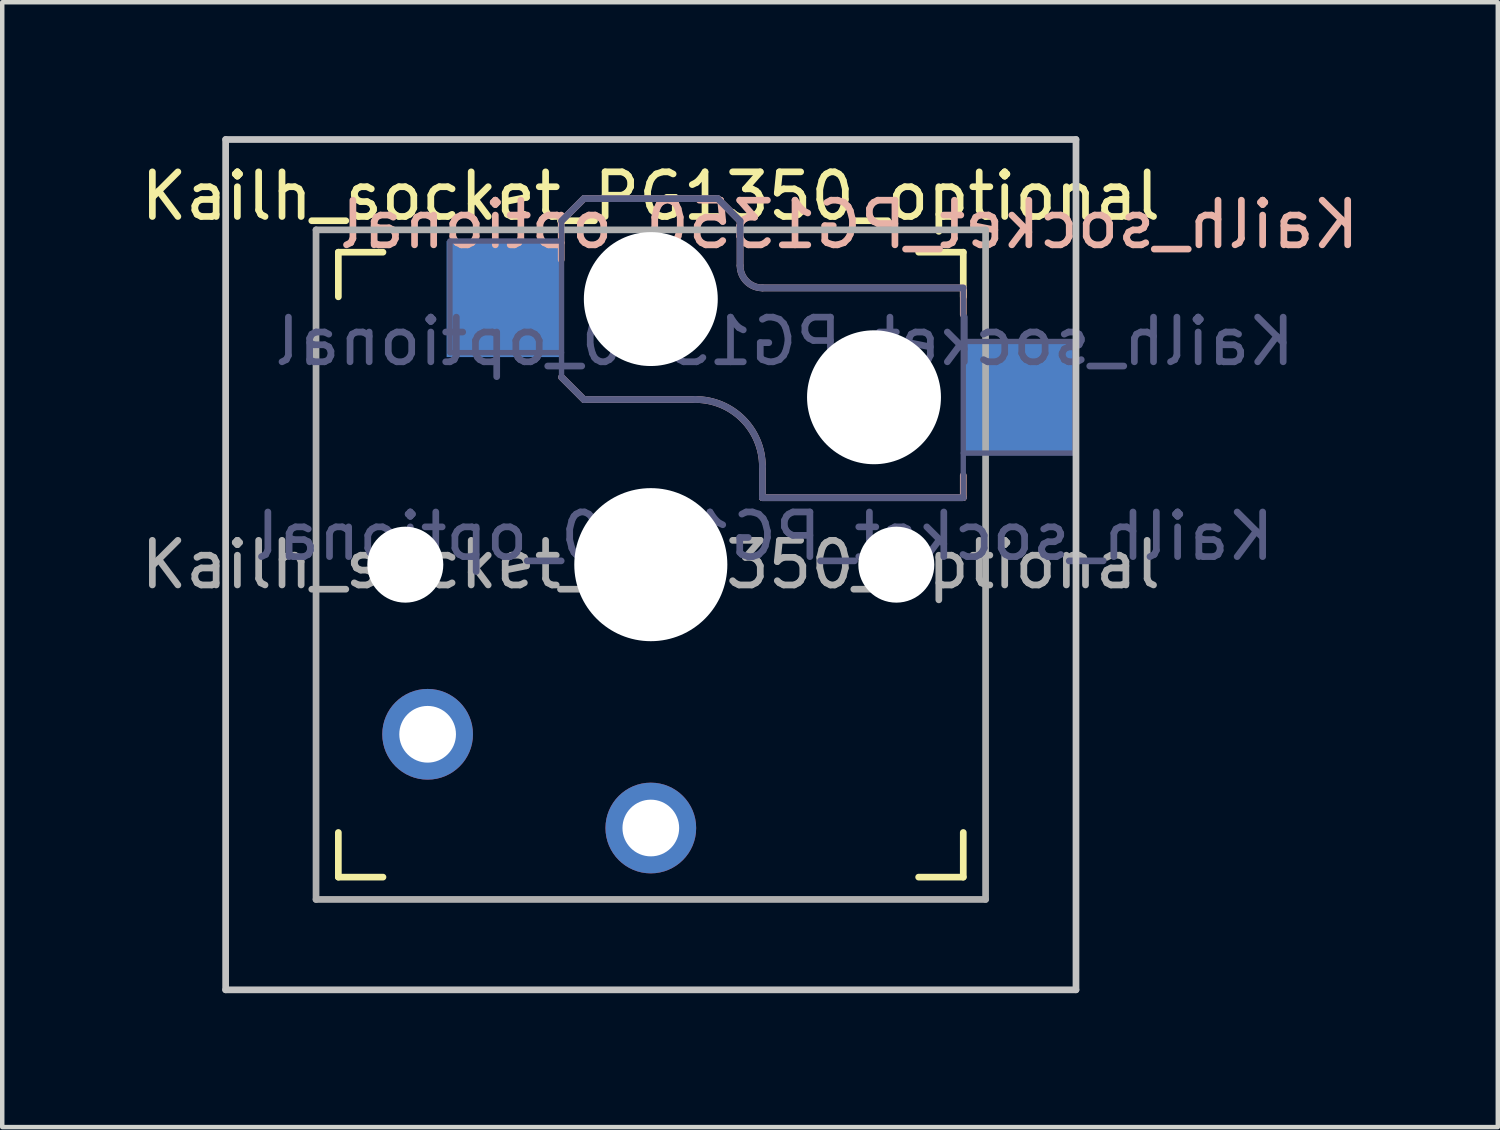
<source format=kicad_pcb>
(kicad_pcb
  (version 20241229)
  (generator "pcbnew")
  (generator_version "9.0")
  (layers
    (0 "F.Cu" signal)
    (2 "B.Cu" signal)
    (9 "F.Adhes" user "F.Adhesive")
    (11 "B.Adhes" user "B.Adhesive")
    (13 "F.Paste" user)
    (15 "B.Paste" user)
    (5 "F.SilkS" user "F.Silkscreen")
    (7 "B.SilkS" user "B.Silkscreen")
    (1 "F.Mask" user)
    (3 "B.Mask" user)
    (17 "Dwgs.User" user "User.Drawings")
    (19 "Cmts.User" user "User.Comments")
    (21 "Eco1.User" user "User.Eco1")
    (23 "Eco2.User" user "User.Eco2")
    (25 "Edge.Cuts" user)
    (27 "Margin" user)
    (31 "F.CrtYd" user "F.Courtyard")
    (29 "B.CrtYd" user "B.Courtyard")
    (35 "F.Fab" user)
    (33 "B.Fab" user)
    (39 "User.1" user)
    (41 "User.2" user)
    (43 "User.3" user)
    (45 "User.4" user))
  (footprint "Kailh_socket_PG1350_optional"
    (layer "F.Cu")
    (at 11.53 9.6)
    (property "Reference" "Kailh_socket_PG1350_optional" (at 0 -8.255 0) (layer "F.SilkS") (effects (font (size 1 1) (thickness 0.15))))
    (property "Value" "Kailh_socket_PG1350_optional" (at 0 8.25 0) (layer "F.Fab") (hide yes) (effects (font (size 1 1) (thickness 0.15))))
    (attr through_hole)
    (fp_line (start -7 -6) (end -7 -7) (stroke (width 0.15) (type solid)) (layer "F.SilkS"))
    (fp_line (start -7 7) (end -7 6) (stroke (width 0.15) (type solid)) (layer "F.SilkS"))
    (fp_line (start -7 7) (end -6 7) (stroke (width 0.15) (type solid)) (layer "F.SilkS"))
    (fp_line (start -6 -7) (end -7 -7) (stroke (width 0.15) (type solid)) (layer "F.SilkS"))
    (fp_line (start 6 7) (end 7 7) (stroke (width 0.15) (type solid)) (layer "F.SilkS"))
    (fp_line (start 7 -7) (end 6 -7) (stroke (width 0.15) (type solid)) (layer "F.SilkS"))
    (fp_line (start 7 -7) (end 7 -6) (stroke (width 0.15) (type solid)) (layer "F.SilkS"))
    (fp_line (start 7 6) (end 7 7) (stroke (width 0.15) (type solid)) (layer "F.SilkS"))
    (fp_line (start -2 -7.7) (end -1.5 -8.2) (stroke (width 0.15) (type solid)) (layer "B.SilkS"))
    (fp_line (start -2 -4.2) (end -1.5 -3.7) (stroke (width 0.15) (type solid)) (layer "B.SilkS"))
    (fp_line (start -1.5 -8.2) (end 1.5 -8.2) (stroke (width 0.15) (type solid)) (layer "B.SilkS"))
    (fp_line (start -1.5 -3.7) (end 1 -3.7) (stroke (width 0.15) (type solid)) (layer "B.SilkS"))
    (fp_line (start 1.5 -8.2) (end 2 -7.7) (stroke (width 0.15) (type solid)) (layer "B.SilkS"))
    (fp_line (start 2 -6.7) (end 2 -7.7) (stroke (width 0.15) (type solid)) (layer "B.SilkS"))
    (fp_line (start 2.5 -2.2) (end 2.5 -1.5) (stroke (width 0.15) (type solid)) (layer "B.SilkS"))
    (fp_line (start 2.5 -1.5) (end 7 -1.5) (stroke (width 0.15) (type solid)) (layer "B.SilkS"))
    (fp_line (start 7 -6.2) (end 2.5 -6.2) (stroke (width 0.15) (type solid)) (layer "B.SilkS"))
    (fp_line (start 7 -5.6) (end 7 -6.2) (stroke (width 0.15) (type solid)) (layer "B.SilkS"))
    (fp_line (start 7 -1.5) (end 7 -2) (stroke (width 0.15) (type solid)) (layer "B.SilkS"))
    (fp_arc (start 1 -3.7) (mid 2.06066 -3.26066) (end 2.5 -2.2) (stroke (width 0.15) (type solid)) (layer "B.SilkS"))
    (fp_arc (start 2.5 -6.2) (mid 2.146447 -6.346447) (end 2 -6.7) (stroke (width 0.15) (type solid)) (layer "B.SilkS"))
    (fp_line (start -9.525 -9.525) (end 9.525 -9.525) (stroke (width 0.15) (type solid)) (layer "Dwgs.User"))
    (fp_line (start -9.525 9.525) (end -9.525 -9.525) (stroke (width 0.15) (type solid)) (layer "Dwgs.User"))
    (fp_line (start 9.525 -9.525) (end 9.525 9.525) (stroke (width 0.15) (type solid)) (layer "Dwgs.User"))
    (fp_line (start 9.525 9.525) (end -9.525 9.525) (stroke (width 0.15) (type solid)) (layer "Dwgs.User"))
    (fp_line (start -6.9 6.9) (end -6.9 -6.9) (stroke (width 0.15) (type solid)) (layer "Eco2.User"))
    (fp_line (start -6.9 6.9) (end 6.9 6.9) (stroke (width 0.15) (type solid)) (layer "Eco2.User"))
    (fp_line (start -2.6 -3.1) (end -2.6 -6.3) (stroke (width 0.15) (type solid)) (layer "Eco2.User"))
    (fp_line (start -2.6 -3.1) (end 2.6 -3.1) (stroke (width 0.15) (type solid)) (layer "Eco2.User"))
    (fp_line (start 2.6 -6.3) (end -2.6 -6.3) (stroke (width 0.15) (type solid)) (layer "Eco2.User"))
    (fp_line (start 2.6 -3.1) (end 2.6 -6.3) (stroke (width 0.15) (type solid)) (layer "Eco2.User"))
    (fp_line (start 6.9 -6.9) (end -6.9 -6.9) (stroke (width 0.15) (type solid)) (layer "Eco2.User"))
    (fp_line (start 6.9 -6.9) (end 6.9 6.9) (stroke (width 0.15) (type solid)) (layer "Eco2.User"))
    (fp_line (start -4.5 -7.25) (end -2 -7.25) (stroke (width 0.12) (type solid)) (layer "B.Fab"))
    (fp_line (start -4.5 -4.75) (end -4.5 -7.25) (stroke (width 0.12) (type solid)) (layer "B.Fab"))
    (fp_line (start -2 -7.7) (end -1.5 -8.2) (stroke (width 0.15) (type solid)) (layer "B.Fab"))
    (fp_line (start -2 -4.75) (end -4.5 -4.75) (stroke (width 0.12) (type solid)) (layer "B.Fab"))
    (fp_line (start -2 -4.25) (end -2 -7.7) (stroke (width 0.12) (type solid)) (layer "B.Fab"))
    (fp_line (start -2 -4.2) (end -1.5 -3.7) (stroke (width 0.15) (type solid)) (layer "B.Fab"))
    (fp_line (start -1.5 -8.2) (end 1.5 -8.2) (stroke (width 0.15) (type solid)) (layer "B.Fab"))
    (fp_line (start -1.5 -3.7) (end 1 -3.7) (stroke (width 0.15) (type solid)) (layer "B.Fab"))
    (fp_line (start 1.5 -8.2) (end 2 -7.7) (stroke (width 0.15) (type solid)) (layer "B.Fab"))
    (fp_line (start 2 -6.7) (end 2 -7.7) (stroke (width 0.15) (type solid)) (layer "B.Fab"))
    (fp_line (start 2.5 -2.2) (end 2.5 -1.5) (stroke (width 0.15) (type solid)) (layer "B.Fab"))
    (fp_line (start 2.5 -1.5) (end 7 -1.5) (stroke (width 0.15) (type solid)) (layer "B.Fab"))
    (fp_line (start 7 -6.2) (end 2.5 -6.2) (stroke (width 0.15) (type solid)) (layer "B.Fab"))
    (fp_line (start 7 -5) (end 9.5 -5) (stroke (width 0.12) (type solid)) (layer "B.Fab"))
    (fp_line (start 7 -1.5) (end 7 -6.2) (stroke (width 0.12) (type solid)) (layer "B.Fab"))
    (fp_line (start 9.5 -5) (end 9.5 -2.5) (stroke (width 0.12) (type solid)) (layer "B.Fab"))
    (fp_line (start 9.5 -2.5) (end 7 -2.5) (stroke (width 0.12) (type solid)) (layer "B.Fab"))
    (fp_arc (start 1 -3.7) (mid 2.06066 -3.26066) (end 2.5 -2.2) (stroke (width 0.15) (type solid)) (layer "B.Fab"))
    (fp_arc (start 2.5 -6.2) (mid 2.146447 -6.346447) (end 2 -6.7) (stroke (width 0.15) (type solid)) (layer "B.Fab"))
    (fp_line (start -7.5 -7.5) (end 7.5 -7.5) (stroke (width 0.15) (type solid)) (layer "F.Fab"))
    (fp_line (start -7.5 7.5) (end -7.5 -7.5) (stroke (width 0.15) (type solid)) (layer "F.Fab"))
    (fp_line (start 7.5 -7.5) (end 7.5 7.5) (stroke (width 0.15) (type solid)) (layer "F.Fab"))
    (fp_line (start 7.5 7.5) (end -7.5 7.5) (stroke (width 0.15) (type solid)) (layer "F.Fab"))
    (fp_text user "${REFERENCE}" (at 4.445 -7.62 0) (layer "B.SilkS") (effects (font (size 1 1) (thickness 0.15)) (justify mirror)))
    (fp_text user "${REFERENCE}" (at 3 -5 180) (layer "B.Fab") (effects (font (size 1 1) (thickness 0.15)) (justify mirror)))
    (fp_text user "${VALUE}" (at 2.54 -0.635 0) (layer "B.Fab") (effects (font (size 1 1) (thickness 0.15)) (justify mirror)))
    (fp_text user "${REFERENCE}" (at 0 0 0) (layer "F.Fab") (effects (font (size 1 1) (thickness 0.15))))
    (pad "" np_thru_hole circle (at -5.5 0) (size 1.702 1.702) (drill 1.702) (layers "*.Cu" "*.Mask"))
    (pad "" np_thru_hole circle (at 0 -5.95) (size 3 3) (drill 3) (layers "*.Cu" "*.Mask"))
    (pad "" np_thru_hole circle (at 0 0) (size 3.429 3.429) (drill 3.429) (layers "*.Cu" "*.Mask"))
    (pad "" np_thru_hole circle (at 5 -3.75) (size 3 3) (drill 3) (layers "*.Cu" "*.Mask"))
    (pad "" np_thru_hole circle (at 5.5 0) (size 1.702 1.702) (drill 1.702) (layers "*.Cu" "*.Mask"))
    (pad "1" smd rect (at -3.275 -5.95) (size 2.6 2.6) (layers "B.Cu" "B.Mask" "B.Paste"))
    (pad "1" thru_hole circle (at 0 5.9) (size 2.032 2.032) (drill 1.27) (layers "*.Cu" "*.Mask"))
    (pad "2" thru_hole circle (at -5 3.8) (size 2.032 2.032) (drill 1.27) (layers "*.Cu" "*.Mask"))
    (pad "2" smd rect (at 8.275 -3.75) (size 2.6 2.6) (layers "B.Cu" "B.Mask" "B.Paste")))
  (gr_rect
    (start -3 -3)
    (end 30.505 22.2)
    (stroke (width 0.1) (type default))
    (fill no)
    (layer "Edge.Cuts")))
</source>
